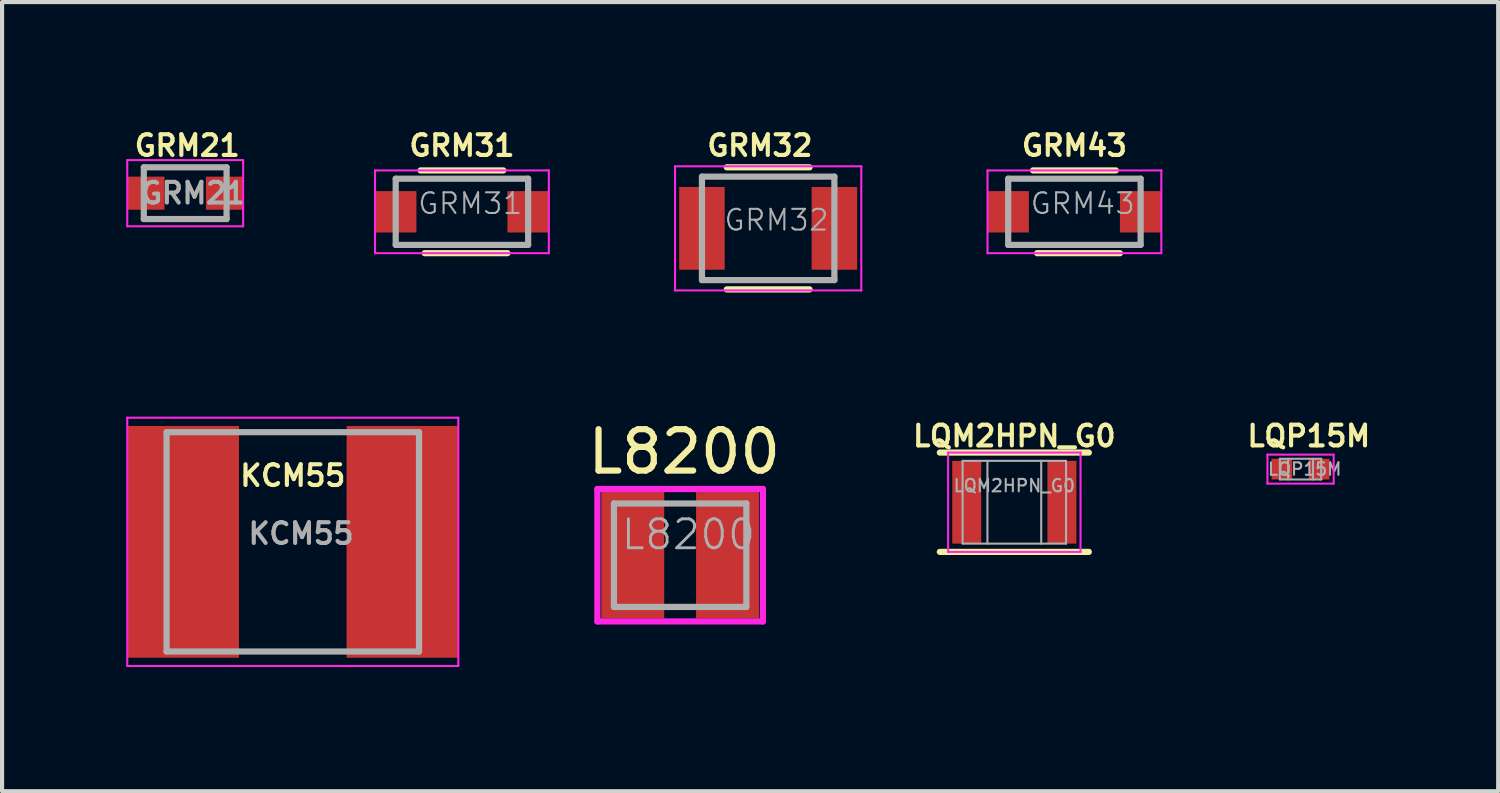
<source format=kicad_pcb>
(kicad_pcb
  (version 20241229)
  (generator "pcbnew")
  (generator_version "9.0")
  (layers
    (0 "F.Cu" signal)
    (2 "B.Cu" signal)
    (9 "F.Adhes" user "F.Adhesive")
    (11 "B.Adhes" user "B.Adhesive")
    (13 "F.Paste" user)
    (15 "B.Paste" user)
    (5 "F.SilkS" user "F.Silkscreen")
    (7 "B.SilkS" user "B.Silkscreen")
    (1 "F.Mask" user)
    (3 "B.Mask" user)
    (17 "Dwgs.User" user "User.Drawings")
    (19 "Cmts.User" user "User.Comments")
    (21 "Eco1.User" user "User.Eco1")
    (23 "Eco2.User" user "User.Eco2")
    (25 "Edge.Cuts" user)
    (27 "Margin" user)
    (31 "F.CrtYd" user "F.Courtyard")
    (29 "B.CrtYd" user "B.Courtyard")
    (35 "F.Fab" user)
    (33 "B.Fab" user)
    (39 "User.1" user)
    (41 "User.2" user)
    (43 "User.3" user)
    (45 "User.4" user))
  (footprint "GRM31"
    (layer "F.Cu")
    (at 8.112 2.068)
    (property "Reference" "GRM31" (at 0 -1.6 0) (layer "F.SilkS") (effects (font (size 0.5 0.5) (thickness 0.1))))
    (attr smd)
    (fp_line (start -0.9 1) (end 1.1 1) (stroke (width 0.15) (type solid)) (layer "F.SilkS"))
    (fp_line (start 1 -1) (end -1 -1) (stroke (width 0.15) (type solid)) (layer "F.SilkS"))
    (fp_line (start -2.1 -1) (end -2.1 1) (stroke (width 0.05) (type solid)) (layer "F.CrtYd"))
    (fp_line (start -2.1 -1) (end 2.1 -1) (stroke (width 0.05) (type solid)) (layer "F.CrtYd"))
    (fp_line (start -2.1 1) (end 2.1 1) (stroke (width 0.05) (type solid)) (layer "F.CrtYd"))
    (fp_line (start 2.1 -1) (end 2.1 1) (stroke (width 0.05) (type solid)) (layer "F.CrtYd"))
    (fp_line (start -1.6 -0.8) (end -1.6 0.8) (stroke (width 0.15) (type solid)) (layer "F.Fab"))
    (fp_line (start -1.6 0.8) (end 1.6 0.8) (stroke (width 0.15) (type solid)) (layer "F.Fab"))
    (fp_line (start 1.6 -0.8) (end -1.6 -0.8) (stroke (width 0.15) (type solid)) (layer "F.Fab"))
    (fp_line (start 1.6 0.8) (end 1.6 -0.8) (stroke (width 0.15) (type solid)) (layer "F.Fab"))
    (fp_text user "${REFERENCE}" (at 0.2 -0.2 0) (layer "F.Fab") (effects (font (size 0.5 0.5) (thickness 0.05))))
    (pad "1" smd rect (at -1.6 0) (size 1 1) (layers "F.Cu" "F.Mask" "F.Paste"))
    (pad "2" smd rect (at 1.6 0) (size 1 1) (layers "F.Cu" "F.Mask" "F.Paste")))
  (footprint "LQP15M"
    (layer "F.Cu")
    (at 28.376 8.286)
    (property "Reference" "LQP15M" (at 0.2 -0.8 0) (layer "F.SilkS") (effects (font (size 0.5 0.5) (thickness 0.1))))
    (attr smd)
    (fp_line (start -0.8 -0.35) (end -0.8 0.35) (stroke (width 0.05) (type solid)) (layer "F.CrtYd"))
    (fp_line (start -0.8 -0.35) (end 0.8 -0.35) (stroke (width 0.05) (type solid)) (layer "F.CrtYd"))
    (fp_line (start -0.8 0.35) (end 0.8 0.35) (stroke (width 0.05) (type solid)) (layer "F.CrtYd"))
    (fp_line (start 0.8 -0.35) (end 0.8 0.35) (stroke (width 0.05) (type solid)) (layer "F.CrtYd"))
    (fp_line (start -0.5 -0.25) (end 0.5 -0.25) (stroke (width 0.05) (type solid)) (layer "F.Fab"))
    (fp_line (start -0.5 0.25) (end -0.5 -0.25) (stroke (width 0.05) (type solid)) (layer "F.Fab"))
    (fp_line (start -0.3 0.25) (end -0.3 -0.25) (stroke (width 0.05) (type solid)) (layer "F.Fab"))
    (fp_line (start 0.3 -0.25) (end 0.3 0.25) (stroke (width 0.05) (type solid)) (layer "F.Fab"))
    (fp_line (start 0.5 -0.25) (end 0.5 0.25) (stroke (width 0.05) (type solid)) (layer "F.Fab"))
    (fp_line (start 0.5 0.25) (end -0.5 0.25) (stroke (width 0.05) (type solid)) (layer "F.Fab"))
    (fp_text user "${REFERENCE}" (at 0.1 0 0) (layer "F.Fab") (effects (font (size 0.3 0.3) (thickness 0.05))))
    (pad "1" smd rect (at -0.45 0) (size 0.5 0.5) (layers "F.Cu" "F.Mask" "F.Paste"))
    (pad "2" smd rect (at 0.45 0) (size 0.5 0.5) (layers "F.Cu" "F.Mask" "F.Paste")))
  (footprint "GRM32"
    (layer "F.Cu")
    (at 15.512 2.468)
    (property "Reference" "GRM32" (at -0.2 -2 0) (layer "F.SilkS") (effects (font (size 0.5 0.5) (thickness 0.1))))
    (attr smd)
    (fp_line (start -1 1.475) (end 1 1.475) (stroke (width 0.15) (type solid)) (layer "F.SilkS"))
    (fp_line (start 1 -1.475) (end -1 -1.475) (stroke (width 0.15) (type solid)) (layer "F.SilkS"))
    (fp_line (start -2.25 -1.5) (end -2.25 1.5) (stroke (width 0.05) (type solid)) (layer "F.CrtYd"))
    (fp_line (start -2.25 -1.5) (end 2.25 -1.5) (stroke (width 0.05) (type solid)) (layer "F.CrtYd"))
    (fp_line (start -2.25 1.5) (end 2.25 1.5) (stroke (width 0.05) (type solid)) (layer "F.CrtYd"))
    (fp_line (start 2.25 -1.5) (end 2.25 1.5) (stroke (width 0.05) (type solid)) (layer "F.CrtYd"))
    (fp_line (start -1.6 -1.25) (end -1.6 1.25) (stroke (width 0.15) (type solid)) (layer "F.Fab"))
    (fp_line (start -1.6 1.25) (end 1.6 1.25) (stroke (width 0.15) (type solid)) (layer "F.Fab"))
    (fp_line (start 1.6 -1.25) (end -1.6 -1.25) (stroke (width 0.15) (type solid)) (layer "F.Fab"))
    (fp_line (start 1.6 1.25) (end 1.6 -1.25) (stroke (width 0.15) (type solid)) (layer "F.Fab"))
    (fp_text user "${REFERENCE}" (at 0.2 -0.2 0) (layer "F.Fab") (effects (font (size 0.5 0.5) (thickness 0.05))))
    (pad "1" smd rect (at -1.6 0) (size 1.1 2) (layers "F.Cu" "F.Mask" "F.Paste"))
    (pad "2" smd rect (at 1.6 0) (size 1.1 2) (layers "F.Cu" "F.Mask" "F.Paste")))
  (footprint "GRM21"
    (layer "F.Cu")
    (at 1.425 1.618)
    (property "Reference" "GRM21" (at 0.05 -1.15 0) (layer "F.SilkS") (effects (font (size 0.5 0.5) (thickness 0.1))))
    (attr smd)
    (fp_line (start -1.4 -0.8) (end -1.4 0.8) (stroke (width 0.05) (type solid)) (layer "F.CrtYd"))
    (fp_line (start -1.4 -0.8) (end 1.4 -0.8) (stroke (width 0.05) (type solid)) (layer "F.CrtYd"))
    (fp_line (start -1.4 0.8) (end 1.4 0.8) (stroke (width 0.05) (type solid)) (layer "F.CrtYd"))
    (fp_line (start 1.4 -0.8) (end 1.4 0.8) (stroke (width 0.05) (type solid)) (layer "F.CrtYd"))
    (fp_line (start -1 -0.625) (end -1 0.625) (stroke (width 0.15) (type solid)) (layer "F.Fab"))
    (fp_line (start -1 0.625) (end 1 0.625) (stroke (width 0.15) (type solid)) (layer "F.Fab"))
    (fp_line (start 1 -0.625) (end -1 -0.625) (stroke (width 0.15) (type solid)) (layer "F.Fab"))
    (fp_line (start 1 0.625) (end 1 -0.625) (stroke (width 0.15) (type solid)) (layer "F.Fab"))
    (fp_text user "${REFERENCE}" (at 0.2 0 0) (layer "F.Fab") (effects (font (size 0.5 0.5) (thickness 0.1))))
    (pad "1" smd rect (at -0.95 0) (size 0.9 0.8) (layers "F.Cu" "F.Mask" "F.Paste"))
    (pad "2" smd rect (at 0.95 0) (size 0.9 0.8) (layers "F.Cu" "F.Mask" "F.Paste")))
  (footprint "L8200"
    (layer "F.Cu")
    (at 13.385 10.366)
    (property "Reference" "L8200" (at 0.1 -2.5 0) (layer "F.SilkS") (effects (font (size 1 1) (thickness 0.15))))
    (attr smd)
    (fp_line (start -2 -1.6) (end 2 -1.6) (stroke (width 0.15) (type solid)) (layer "F.CrtYd"))
    (fp_line (start -2 1.6) (end -2 -1.6) (stroke (width 0.15) (type solid)) (layer "F.CrtYd"))
    (fp_line (start 2 -1.6) (end 2 1.6) (stroke (width 0.15) (type solid)) (layer "F.CrtYd"))
    (fp_line (start 2 1.6) (end -2 1.6) (stroke (width 0.15) (type solid)) (layer "F.CrtYd"))
    (fp_line (start -1.6 -1.25) (end 1.6 -1.25) (stroke (width 0.15) (type solid)) (layer "F.Fab"))
    (fp_line (start -1.6 1.25) (end -1.6 -1.25) (stroke (width 0.15) (type solid)) (layer "F.Fab"))
    (fp_line (start -1.6 1.25) (end 1.6 1.25) (stroke (width 0.15) (type solid)) (layer "F.Fab"))
    (fp_line (start 1.6 -1.25) (end 1.6 1.25) (stroke (width 0.15) (type solid)) (layer "F.Fab"))
    (fp_text user "${REFERENCE}" (at 0.2 -0.5 0) (layer "F.Fab") (effects (font (size 0.7 0.7) (thickness 0.07))))
    (pad "1" smd rect (at -1.145 0) (size 1.52 3.05) (layers "F.Cu" "F.Mask" "F.Paste"))
    (pad "2" smd rect (at 1.145 0) (size 1.52 3.05) (layers "F.Cu" "F.Mask" "F.Paste")))
  (footprint "LQM2HPN_G0"
    (layer "F.Cu")
    (at 21.46 9.086)
    (property "Reference" "LQM2HPN_G0" (at 0 -1.6 0) (layer "F.SilkS") (effects (font (size 0.5 0.5) (thickness 0.1))))
    (attr smd)
    (fp_line (start -1.8 -1.2) (end 1.8 -1.2) (stroke (width 0.15) (type solid)) (layer "F.SilkS"))
    (fp_line (start -1.8 1.2) (end 1.8 1.2) (stroke (width 0.15) (type solid)) (layer "F.SilkS"))
    (fp_line (start -1.6 -1.2) (end -1.6 1.2) (stroke (width 0.05) (type solid)) (layer "F.CrtYd"))
    (fp_line (start -1.6 -1.2) (end 1.6 -1.2) (stroke (width 0.05) (type solid)) (layer "F.CrtYd"))
    (fp_line (start -1.6 1.2) (end 1.6 1.2) (stroke (width 0.05) (type solid)) (layer "F.CrtYd"))
    (fp_line (start 1.6 -1.2) (end 1.6 1.2) (stroke (width 0.05) (type solid)) (layer "F.CrtYd"))
    (fp_line (start -1.25 -1) (end 1.25 -1) (stroke (width 0.05) (type solid)) (layer "F.Fab"))
    (fp_line (start -1.25 1) (end -1.25 -1) (stroke (width 0.05) (type solid)) (layer "F.Fab"))
    (fp_line (start -0.65 1) (end -0.65 -1) (stroke (width 0.05) (type solid)) (layer "F.Fab"))
    (fp_line (start 0.65 -1) (end 0.65 1) (stroke (width 0.05) (type solid)) (layer "F.Fab"))
    (fp_line (start 1.25 -1) (end 1.25 1) (stroke (width 0.05) (type solid)) (layer "F.Fab"))
    (fp_line (start 1.25 1) (end -1.25 1) (stroke (width 0.05) (type solid)) (layer "F.Fab"))
    (fp_text user "${REFERENCE}" (at 0 -0.4 0) (layer "F.Fab") (effects (font (size 0.3 0.3) (thickness 0.05))))
    (pad "1" smd rect (at -1.15 0) (size 0.7 2) (layers "F.Cu" "F.Mask" "F.Paste"))
    (pad "2" smd rect (at 1.15 0) (size 0.7 2) (layers "F.Cu" "F.Mask" "F.Paste")))
  (footprint "GRM43"
    (layer "F.Cu")
    (at 22.912 2.068)
    (property "Reference" "GRM43" (at 0 -1.6 0) (layer "F.SilkS") (effects (font (size 0.5 0.5) (thickness 0.1))))
    (attr smd)
    (fp_line (start -0.9 1) (end 1.1 1) (stroke (width 0.15) (type solid)) (layer "F.SilkS"))
    (fp_line (start 1 -1) (end -1 -1) (stroke (width 0.15) (type solid)) (layer "F.SilkS"))
    (fp_line (start -2.1 -1) (end -2.1 1) (stroke (width 0.05) (type solid)) (layer "F.CrtYd"))
    (fp_line (start -2.1 -1) (end 2.1 -1) (stroke (width 0.05) (type solid)) (layer "F.CrtYd"))
    (fp_line (start -2.1 1) (end 2.1 1) (stroke (width 0.05) (type solid)) (layer "F.CrtYd"))
    (fp_line (start 2.1 -1) (end 2.1 1) (stroke (width 0.05) (type solid)) (layer "F.CrtYd"))
    (fp_line (start -1.6 -0.8) (end -1.6 0.8) (stroke (width 0.15) (type solid)) (layer "F.Fab"))
    (fp_line (start -1.6 0.8) (end 1.6 0.8) (stroke (width 0.15) (type solid)) (layer "F.Fab"))
    (fp_line (start 1.6 -0.8) (end -1.6 -0.8) (stroke (width 0.15) (type solid)) (layer "F.Fab"))
    (fp_line (start 1.6 0.8) (end 1.6 -0.8) (stroke (width 0.15) (type solid)) (layer "F.Fab"))
    (fp_text user "${REFERENCE}" (at 0.2 -0.2 0) (layer "F.Fab") (effects (font (size 0.5 0.5) (thickness 0.05))))
    (pad "1" smd rect (at -1.6 0) (size 1 1) (layers "F.Cu" "F.Mask" "F.Paste"))
    (pad "2" smd rect (at 1.6 0) (size 1 1) (layers "F.Cu" "F.Mask" "F.Paste")))
  (footprint "KCM55"
    (layer "F.Cu")
    (at 4.025 10.043)
    (property "Reference" "KCM55" (at 0 -1.6 0) (layer "F.SilkS") (effects (font (size 0.5 0.5) (thickness 0.1))))
    (attr smd)
    (fp_line (start -4 -3) (end -4 3) (stroke (width 0.05) (type solid)) (layer "F.CrtYd"))
    (fp_line (start -4 -3) (end 4 -3) (stroke (width 0.05) (type solid)) (layer "F.CrtYd"))
    (fp_line (start -4 3) (end 4 3) (stroke (width 0.05) (type solid)) (layer "F.CrtYd"))
    (fp_line (start 4 -3) (end 4 3) (stroke (width 0.05) (type solid)) (layer "F.CrtYd"))
    (fp_line (start -3.05 -2.65) (end -3.05 2.65) (stroke (width 0.15) (type solid)) (layer "F.Fab"))
    (fp_line (start -3.05 2.65) (end 3.05 2.65) (stroke (width 0.15) (type solid)) (layer "F.Fab"))
    (fp_line (start 3.05 -2.65) (end -3.05 -2.65) (stroke (width 0.15) (type solid)) (layer "F.Fab"))
    (fp_line (start 3.05 2.65) (end 3.05 -2.65) (stroke (width 0.15) (type solid)) (layer "F.Fab"))
    (fp_text user "${REFERENCE}" (at 0.2 -0.2 0) (layer "F.Fab") (effects (font (size 0.5 0.5) (thickness 0.1))))
    (pad "1" smd rect (at -2.65 0) (size 2.7 5.6) (layers "F.Cu" "F.Mask" "F.Paste"))
    (pad "2" smd rect (at 2.65 0) (size 2.7 5.6) (layers "F.Cu" "F.Mask" "F.Paste")))
  (gr_rect
    (start -3 -3)
    (end 33.152 16.068)
    (stroke (width 0.1) (type default))
    (fill no)
    (layer "Edge.Cuts")))
</source>
